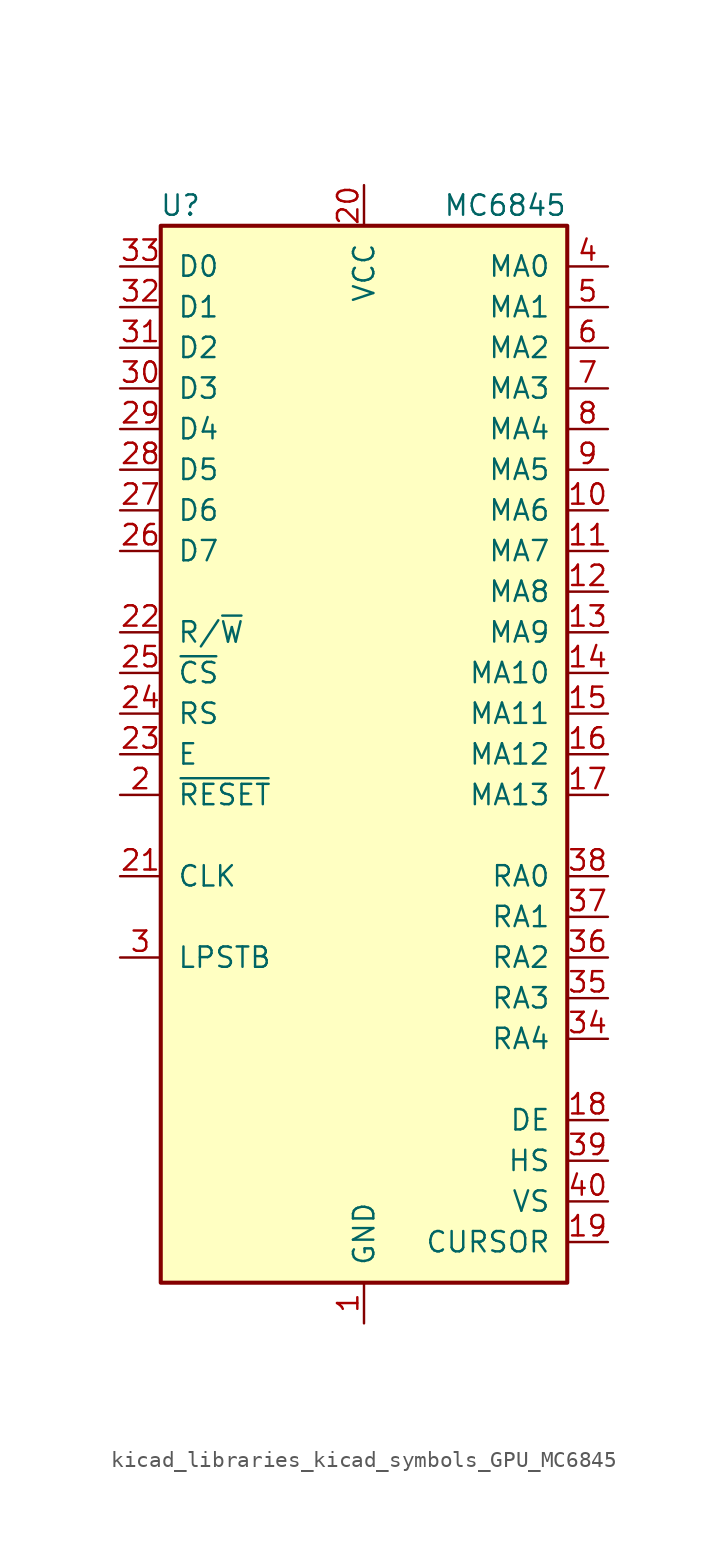
<source format=kicad_sym>
(kicad_symbol_lib
  (version 20220914)
  (generator kicad_symbol_editor)
  (symbol "kicad_libraries_kicad_symbols_GPU_MC6845"
    (pin_names
      (offset 1.016))
    (property "Reference" "U"
      (at -10.16 34.29 0)
      (effects (font (size 1.27 1.27)) (justify right)))
    (property "Value" "MC6845"
      (at 12.7 34.29 0)
      (effects (font (size 1.27 1.27)) (justify right)))
    (symbol "kicad_libraries_kicad_symbols_GPU_MC6845_0_1"
      (rectangle (start -12.7 -33.02) (end 12.7 33.02) (stroke (width 0.254) (type default)) (fill (type background))))
    (symbol "kicad_libraries_kicad_symbols_GPU_MC6845_1_1"
      (pin power_in line (at 0 -35.56 90) (length 2.54) (name "GND" (effects (font (size 1.27 1.27)))) (number "1" (effects (font (size 1.27 1.27)))))
      (pin output line (at 15.24 15.24 180) (length 2.54) (name "MA6" (effects (font (size 1.27 1.27)))) (number "10" (effects (font (size 1.27 1.27)))))
      (pin output line (at 15.24 12.7 180) (length 2.54) (name "MA7" (effects (font (size 1.27 1.27)))) (number "11" (effects (font (size 1.27 1.27)))))
      (pin output line (at 15.24 10.16 180) (length 2.54) (name "MA8" (effects (font (size 1.27 1.27)))) (number "12" (effects (font (size 1.27 1.27)))))
      (pin output line (at 15.24 7.62 180) (length 2.54) (name "MA9" (effects (font (size 1.27 1.27)))) (number "13" (effects (font (size 1.27 1.27)))))
      (pin output line (at 15.24 5.08 180) (length 2.54) (name "MA10" (effects (font (size 1.27 1.27)))) (number "14" (effects (font (size 1.27 1.27)))))
      (pin output line (at 15.24 2.54 180) (length 2.54) (name "MA11" (effects (font (size 1.27 1.27)))) (number "15" (effects (font (size 1.27 1.27)))))
      (pin output line (at 15.24 0 180) (length 2.54) (name "MA12" (effects (font (size 1.27 1.27)))) (number "16" (effects (font (size 1.27 1.27)))))
      (pin output line (at 15.24 -2.54 180) (length 2.54) (name "MA13" (effects (font (size 1.27 1.27)))) (number "17" (effects (font (size 1.27 1.27)))))
      (pin output line (at 15.24 -22.86 180) (length 2.54) (name "DE" (effects (font (size 1.27 1.27)))) (number "18" (effects (font (size 1.27 1.27)))))
      (pin output line (at 15.24 -30.48 180) (length 2.54) (name "CURSOR" (effects (font (size 1.27 1.27)))) (number "19" (effects (font (size 1.27 1.27)))))
      (pin input line (at -15.24 -2.54 0) (length 2.54) (name "~{RESET}" (effects (font (size 1.27 1.27)))) (number "2" (effects (font (size 1.27 1.27)))))
      (pin power_in line (at 0 35.56 270) (length 2.54) (name "VCC" (effects (font (size 1.27 1.27)))) (number "20" (effects (font (size 1.27 1.27)))))
      (pin input line (at -15.24 -7.62 0) (length 2.54) (name "CLK" (effects (font (size 1.27 1.27)))) (number "21" (effects (font (size 1.27 1.27)))))
      (pin input line (at -15.24 7.62 0) (length 2.54) (name "R/~{W}" (effects (font (size 1.27 1.27)))) (number "22" (effects (font (size 1.27 1.27)))))
      (pin input line (at -15.24 0 0) (length 2.54) (name "E" (effects (font (size 1.27 1.27)))) (number "23" (effects (font (size 1.27 1.27)))))
      (pin input line (at -15.24 2.54 0) (length 2.54) (name "RS" (effects (font (size 1.27 1.27)))) (number "24" (effects (font (size 1.27 1.27)))))
      (pin input line (at -15.24 5.08 0) (length 2.54) (name "~{CS}" (effects (font (size 1.27 1.27)))) (number "25" (effects (font (size 1.27 1.27)))))
      (pin bidirectional line (at -15.24 12.7 0) (length 2.54) (name "D7" (effects (font (size 1.27 1.27)))) (number "26" (effects (font (size 1.27 1.27)))))
      (pin bidirectional line (at -15.24 15.24 0) (length 2.54) (name "D6" (effects (font (size 1.27 1.27)))) (number "27" (effects (font (size 1.27 1.27)))))
      (pin bidirectional line (at -15.24 17.78 0) (length 2.54) (name "D5" (effects (font (size 1.27 1.27)))) (number "28" (effects (font (size 1.27 1.27)))))
      (pin bidirectional line (at -15.24 20.32 0) (length 2.54) (name "D4" (effects (font (size 1.27 1.27)))) (number "29" (effects (font (size 1.27 1.27)))))
      (pin input line (at -15.24 -12.7 0) (length 2.54) (name "LPSTB" (effects (font (size 1.27 1.27)))) (number "3" (effects (font (size 1.27 1.27)))))
      (pin bidirectional line (at -15.24 22.86 0) (length 2.54) (name "D3" (effects (font (size 1.27 1.27)))) (number "30" (effects (font (size 1.27 1.27)))))
      (pin bidirectional line (at -15.24 25.4 0) (length 2.54) (name "D2" (effects (font (size 1.27 1.27)))) (number "31" (effects (font (size 1.27 1.27)))))
      (pin bidirectional line (at -15.24 27.94 0) (length 2.54) (name "D1" (effects (font (size 1.27 1.27)))) (number "32" (effects (font (size 1.27 1.27)))))
      (pin bidirectional line (at -15.24 30.48 0) (length 2.54) (name "D0" (effects (font (size 1.27 1.27)))) (number "33" (effects (font (size 1.27 1.27)))))
      (pin output line (at 15.24 -17.78 180) (length 2.54) (name "RA4" (effects (font (size 1.27 1.27)))) (number "34" (effects (font (size 1.27 1.27)))))
      (pin output line (at 15.24 -15.24 180) (length 2.54) (name "RA3" (effects (font (size 1.27 1.27)))) (number "35" (effects (font (size 1.27 1.27)))))
      (pin output line (at 15.24 -12.7 180) (length 2.54) (name "RA2" (effects (font (size 1.27 1.27)))) (number "36" (effects (font (size 1.27 1.27)))))
      (pin output line (at 15.24 -10.16 180) (length 2.54) (name "RA1" (effects (font (size 1.27 1.27)))) (number "37" (effects (font (size 1.27 1.27)))))
      (pin output line (at 15.24 -7.62 180) (length 2.54) (name "RA0" (effects (font (size 1.27 1.27)))) (number "38" (effects (font (size 1.27 1.27)))))
      (pin output line (at 15.24 -25.4 180) (length 2.54) (name "HS" (effects (font (size 1.27 1.27)))) (number "39" (effects (font (size 1.27 1.27)))))
      (pin output line (at 15.24 30.48 180) (length 2.54) (name "MA0" (effects (font (size 1.27 1.27)))) (number "4" (effects (font (size 1.27 1.27)))))
      (pin output line (at 15.24 -27.94 180) (length 2.54) (name "VS" (effects (font (size 1.27 1.27)))) (number "40" (effects (font (size 1.27 1.27)))))
      (pin output line (at 15.24 27.94 180) (length 2.54) (name "MA1" (effects (font (size 1.27 1.27)))) (number "5" (effects (font (size 1.27 1.27)))))
      (pin output line (at 15.24 25.4 180) (length 2.54) (name "MA2" (effects (font (size 1.27 1.27)))) (number "6" (effects (font (size 1.27 1.27)))))
      (pin output line (at 15.24 22.86 180) (length 2.54) (name "MA3" (effects (font (size 1.27 1.27)))) (number "7" (effects (font (size 1.27 1.27)))))
      (pin output line (at 15.24 20.32 180) (length 2.54) (name "MA4" (effects (font (size 1.27 1.27)))) (number "8" (effects (font (size 1.27 1.27)))))
      (pin output line (at 15.24 17.78 180) (length 2.54) (name "MA5" (effects (font (size 1.27 1.27)))) (number "9" (effects (font (size 1.27 1.27))))))))
</source>
